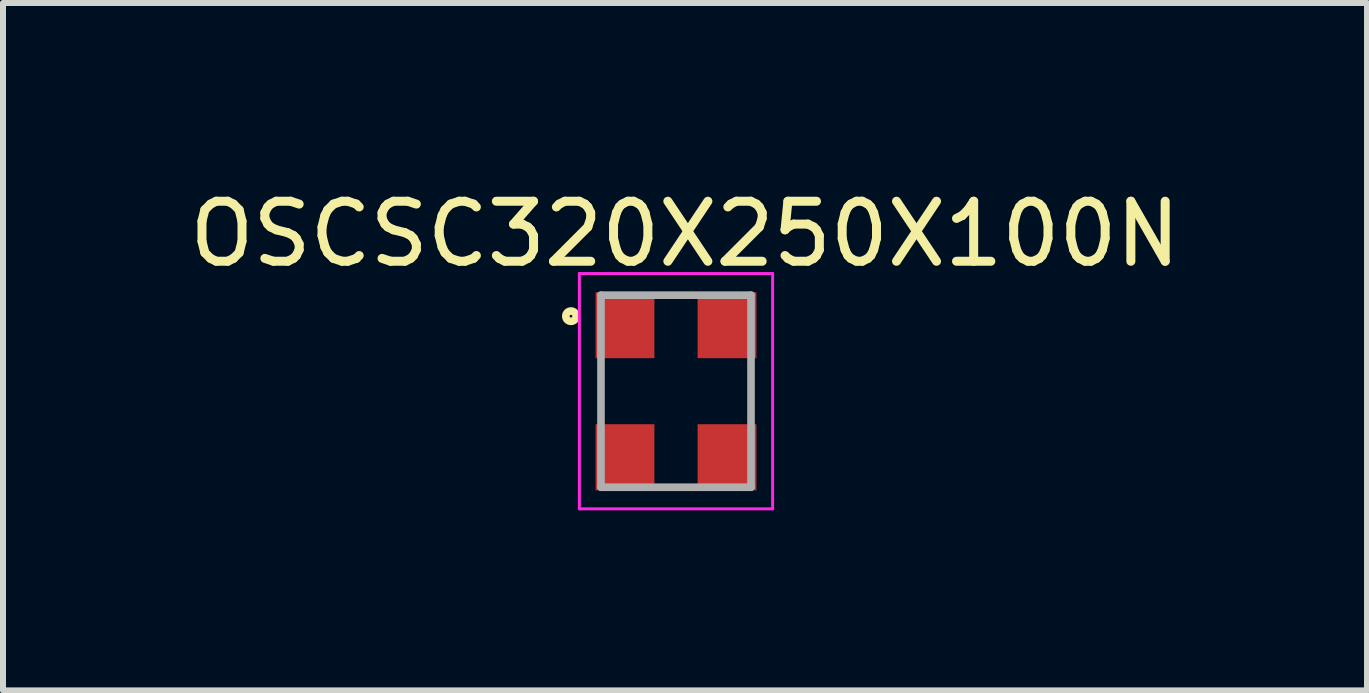
<source format=kicad_pcb>
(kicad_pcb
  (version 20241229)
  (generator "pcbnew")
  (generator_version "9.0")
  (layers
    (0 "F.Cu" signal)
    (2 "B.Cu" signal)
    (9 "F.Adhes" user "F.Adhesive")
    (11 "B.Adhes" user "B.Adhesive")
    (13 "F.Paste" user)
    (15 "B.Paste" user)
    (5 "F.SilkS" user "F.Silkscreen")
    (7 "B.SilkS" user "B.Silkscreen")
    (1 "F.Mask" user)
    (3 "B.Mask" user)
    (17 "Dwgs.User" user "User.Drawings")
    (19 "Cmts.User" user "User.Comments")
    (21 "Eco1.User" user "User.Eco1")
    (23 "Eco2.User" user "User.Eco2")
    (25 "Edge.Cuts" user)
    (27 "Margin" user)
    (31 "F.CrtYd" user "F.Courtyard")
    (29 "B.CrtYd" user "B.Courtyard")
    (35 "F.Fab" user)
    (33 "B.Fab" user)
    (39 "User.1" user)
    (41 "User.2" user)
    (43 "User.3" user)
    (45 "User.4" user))
  (footprint "OSCSC320X250X100N"
    (layer "F.Cu")
    (at 8.213 3.468)
    (property "Reference" "OSCSC320X250X100N" (at 0.15 -2.62 180) (layer "F.SilkS") (effects (font (size 1 1) (thickness 0.15))))
    (attr through_hole)
    (fp_circle (center -1.75 -1.25) (end -1.664 -1.25) (stroke (width 0.127) (type solid)) (fill no) (layer "F.SilkS"))
    (fp_line (start -1.61 -1.96) (end 1.61 -1.96) (stroke (width 0.05) (type solid)) (layer "F.CrtYd"))
    (fp_line (start -1.61 1.96) (end -1.61 -1.96) (stroke (width 0.05) (type solid)) (layer "F.CrtYd"))
    (fp_line (start 1.61 1.96) (end -1.61 1.96) (stroke (width 0.05) (type solid)) (layer "F.CrtYd"))
    (fp_line (start 1.61 1.96) (end 1.61 -1.96) (stroke (width 0.05) (type solid)) (layer "F.CrtYd"))
    (fp_line (start -1.25 -1.6) (end 1.25 -1.6) (stroke (width 0.127) (type solid)) (layer "F.Fab"))
    (fp_line (start -1.25 1.6) (end -1.25 -1.6) (stroke (width 0.127) (type solid)) (layer "F.Fab"))
    (fp_line (start 1.25 -1.6) (end 1.25 1.6) (stroke (width 0.127) (type solid)) (layer "F.Fab"))
    (fp_line (start 1.25 1.6) (end -1.25 1.6) (stroke (width 0.127) (type solid)) (layer "F.Fab"))
    (pad "1" smd rect (at -0.85 -1.1) (size 0.98 1.1) (layers "F.Cu" "F.Mask" "F.Paste"))
    (pad "2" smd rect (at -0.85 1.1) (size 0.98 1.1) (layers "F.Cu" "F.Mask" "F.Paste"))
    (pad "3" smd rect (at 0.85 1.1) (size 0.98 1.1) (layers "F.Cu" "F.Mask" "F.Paste"))
    (pad "4" smd rect (at 0.85 -1.1) (size 0.98 1.1) (layers "F.Cu" "F.Mask" "F.Paste")))
  (gr_rect
    (start -3 -3)
    (end 19.726 8.453)
    (stroke (width 0.1) (type default))
    (fill no)
    (layer "Edge.Cuts")))
</source>
